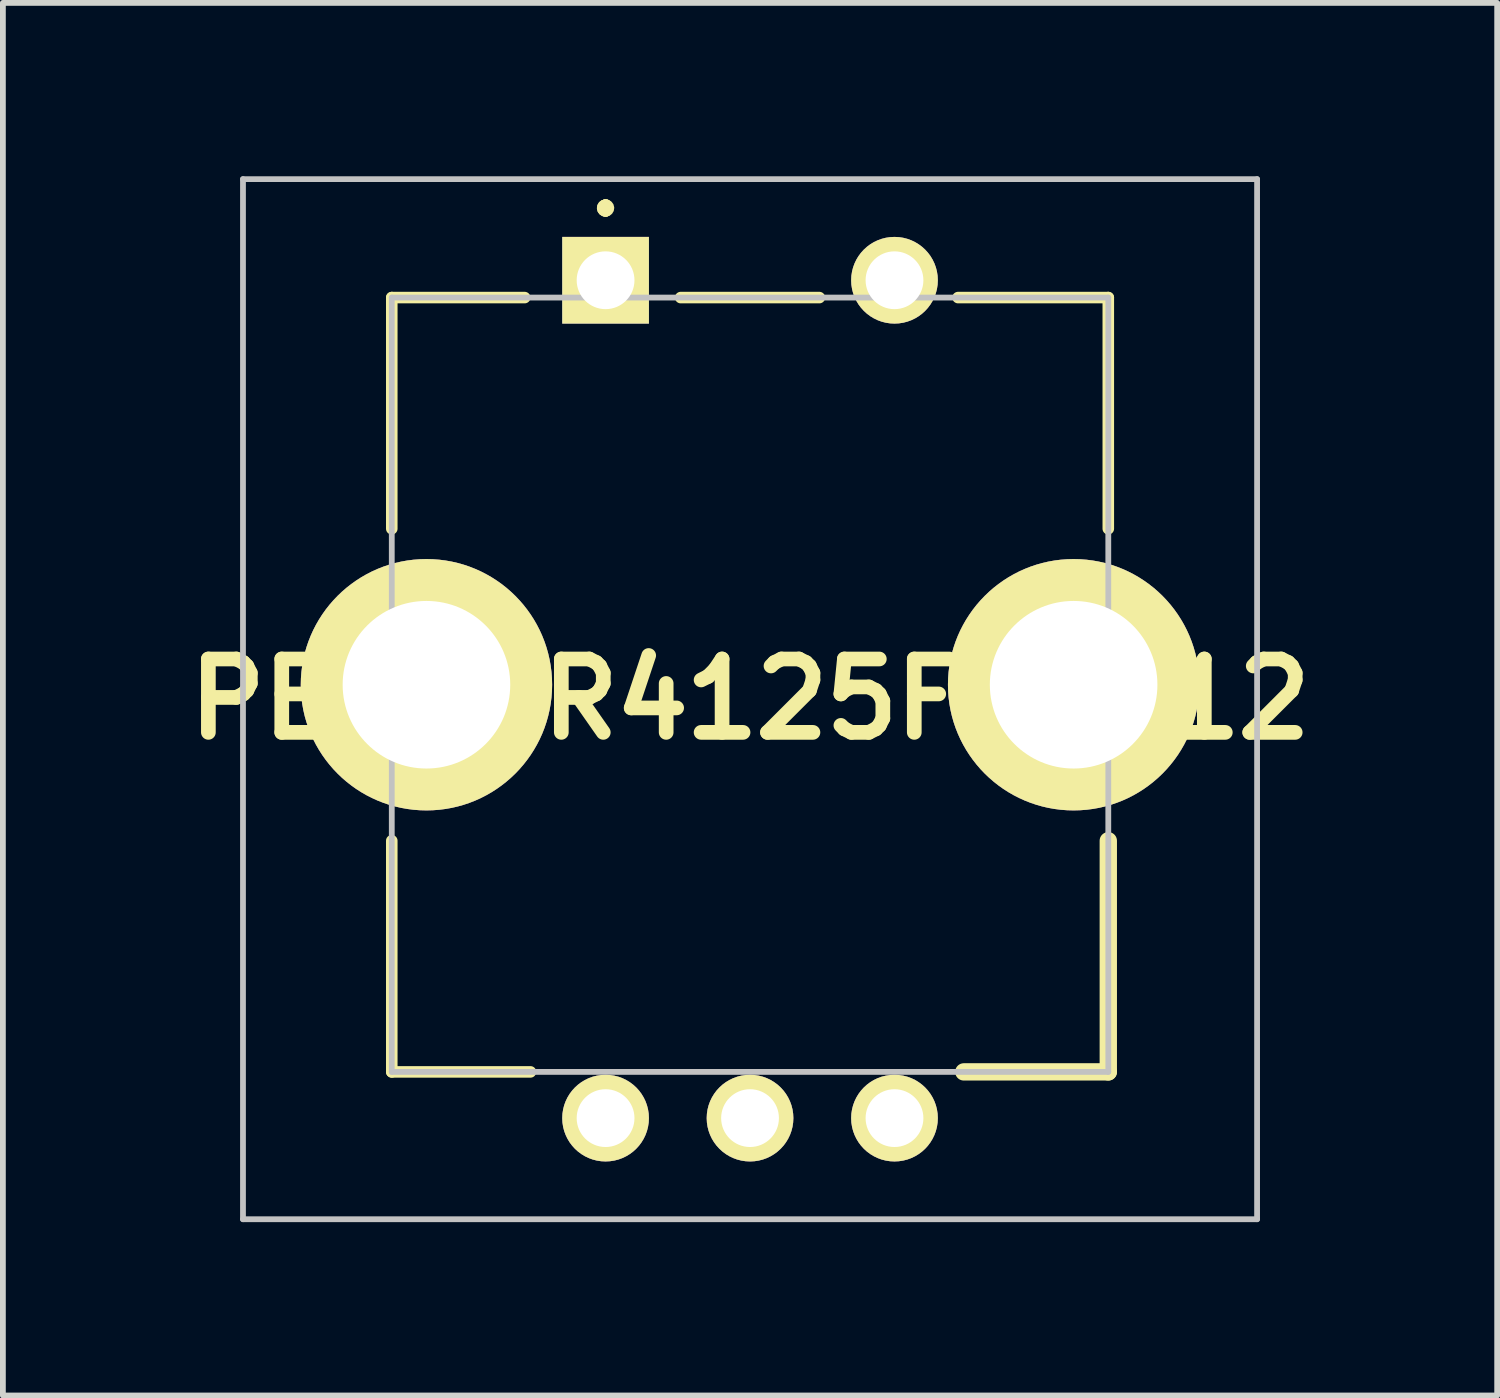
<source format=kicad_pcb>
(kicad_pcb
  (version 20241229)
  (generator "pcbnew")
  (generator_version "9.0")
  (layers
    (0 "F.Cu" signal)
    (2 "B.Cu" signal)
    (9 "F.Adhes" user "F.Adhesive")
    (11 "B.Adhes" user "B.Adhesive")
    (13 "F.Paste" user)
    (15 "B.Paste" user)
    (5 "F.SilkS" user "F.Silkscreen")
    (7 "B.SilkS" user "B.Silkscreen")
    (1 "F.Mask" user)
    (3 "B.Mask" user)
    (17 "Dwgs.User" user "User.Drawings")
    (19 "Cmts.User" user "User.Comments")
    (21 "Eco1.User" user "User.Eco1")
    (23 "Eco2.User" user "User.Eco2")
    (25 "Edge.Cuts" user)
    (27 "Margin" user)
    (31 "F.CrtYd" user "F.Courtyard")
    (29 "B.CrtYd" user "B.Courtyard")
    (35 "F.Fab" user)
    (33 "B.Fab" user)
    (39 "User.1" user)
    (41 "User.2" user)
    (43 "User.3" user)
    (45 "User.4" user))
  (footprint "PEC12R4125FS0012"
    (layer "F.Cu")
    (at 7.43 1.8)
    (property "Reference" "PEC12R4125FS0012" (at 2.5 7.25 0) (layer "F.SilkS") (effects (font (size 1.27 1.27) (thickness 0.254))))
    (attr through_hole exclude_from_pos_files)
    (fp_line (start -3.7 0.3) (end -3.7 4.3) (stroke (width 0.2) (type solid)) (layer "F.SilkS"))
    (fp_line (start -3.7 9.7) (end -3.7 13.7) (stroke (width 0.2) (type solid)) (layer "F.SilkS"))
    (fp_line (start -3.7 13.7) (end -1.3 13.7) (stroke (width 0.2) (type solid)) (layer "F.SilkS"))
    (fp_line (start -1.4 0.3) (end -3.7 0.3) (stroke (width 0.2) (type solid)) (layer "F.SilkS"))
    (fp_line (start 0 -1.3) (end 0 -1.3) (stroke (width 0.2) (type solid)) (layer "F.SilkS"))
    (fp_line (start 0 -1.3) (end 0 -1.3) (stroke (width 0.2) (type solid)) (layer "F.SilkS"))
    (fp_line (start 0 -1.2) (end 0 -1.2) (stroke (width 0.2) (type solid)) (layer "F.SilkS"))
    (fp_line (start 3.7 0.3) (end 1.3 0.3) (stroke (width 0.2) (type solid)) (layer "F.SilkS"))
    (fp_line (start 6.2 13.7) (end 8.7 13.7) (stroke (width 0.3) (type solid)) (layer "F.SilkS"))
    (fp_line (start 8.7 0.3) (end 6.1 0.3) (stroke (width 0.2) (type solid)) (layer "F.SilkS"))
    (fp_line (start 8.7 4.3) (end 8.7 0.3) (stroke (width 0.2) (type solid)) (layer "F.SilkS"))
    (fp_line (start 8.7 13.7) (end 8.7 9.7) (stroke (width 0.3) (type solid)) (layer "F.SilkS"))
    (fp_arc (start 0 -1.3) (mid 0.05 -1.25) (end 0 -1.2) (stroke (width 0.2) (type solid)) (layer "F.SilkS"))
    (fp_arc (start 0 -1.2) (mid -0.05 -1.25) (end 0 -1.3) (stroke (width 0.2) (type solid)) (layer "F.SilkS"))
    (fp_arc (start 0 -1.2) (mid -0.05 -1.25) (end 0 -1.3) (stroke (width 0.2) (type solid)) (layer "F.SilkS"))
    (fp_line (start -6.275 -1.75) (end 11.275 -1.75) (stroke (width 0.1) (type solid)) (layer "Dwgs.User"))
    (fp_line (start -6.275 16.25) (end -6.275 -1.75) (stroke (width 0.1) (type solid)) (layer "Dwgs.User"))
    (fp_line (start -3.7 0.3) (end -3.7 13.7) (stroke (width 0.1) (type solid)) (layer "Dwgs.User"))
    (fp_line (start -3.7 13.7) (end 8.7 13.7) (stroke (width 0.1) (type solid)) (layer "Dwgs.User"))
    (fp_line (start 8.7 0.3) (end -3.7 0.3) (stroke (width 0.1) (type solid)) (layer "Dwgs.User"))
    (fp_line (start 8.7 13.7) (end 8.7 0.3) (stroke (width 0.1) (type solid)) (layer "Dwgs.User"))
    (fp_line (start 11.275 -1.75) (end 11.275 16.25) (stroke (width 0.1) (type solid)) (layer "Dwgs.User"))
    (fp_line (start 11.275 16.25) (end -6.275 16.25) (stroke (width 0.1) (type solid)) (layer "Dwgs.User"))
    (pad "1" thru_hole circle (at 0 14.5 90) (size 1.5 1.5) (drill 1) (layers "*.Cu" "*.Mask" "F.SilkS"))
    (pad "2" thru_hole circle (at 2.5 14.5 90) (size 1.5 1.5) (drill 1) (layers "*.Cu" "*.Mask" "F.SilkS"))
    (pad "3" thru_hole circle (at 5 14.5 90) (size 1.5 1.5) (drill 1) (layers "*.Cu" "*.Mask" "F.SilkS"))
    (pad "4" thru_hole rect (at 0 0 90) (size 1.5 1.5) (drill 1) (layers "*.Cu" "*.Mask" "F.SilkS"))
    (pad "5" thru_hole circle (at 5 0 90) (size 1.5 1.5) (drill 1) (layers "*.Cu" "*.Mask" "F.SilkS"))
    (pad "MH1" thru_hole circle (at -3.1 7 90) (size 4.35 4.35) (drill 2.9) (layers "*.Cu" "*.Mask" "F.SilkS"))
    (pad "MH2" thru_hole circle (at 8.1 7 90) (size 4.35 4.35) (drill 2.9) (layers "*.Cu" "*.Mask" "F.SilkS")))
  (gr_rect
    (start -3 -3)
    (end 22.86 21.1)
    (stroke (width 0.1) (type default))
    (fill no)
    (layer "Edge.Cuts")))
</source>
